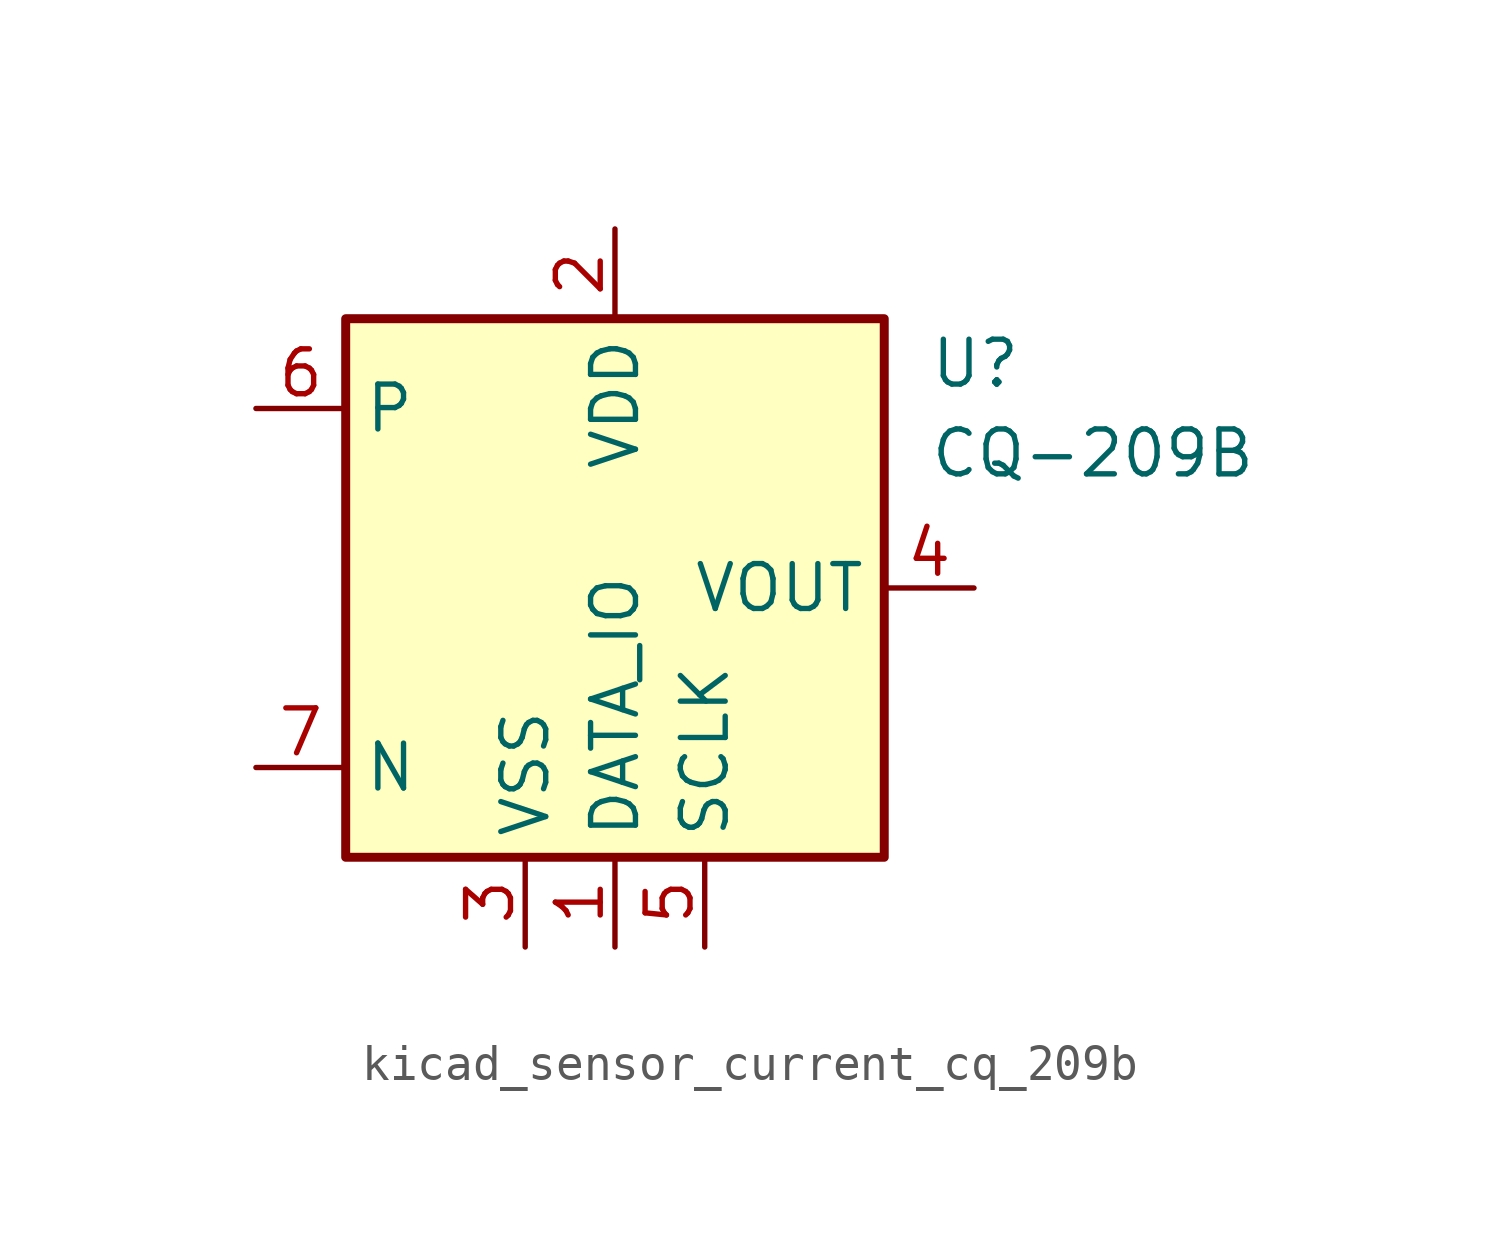
<source format=kicad_sym>
(kicad_symbol_lib
  (version 20220914)
  (generator kicad_symbol_editor)
  (symbol "kicad_sensor_current_cq_209b"
    (property "Reference" "U"
      (at 8.89 6.35 0)
      (effects (font (size 1.27 1.27)) (justify left)))
    (property "Value" "CQ-209B"
      (at 8.89 3.81 0)
      (effects (font (size 1.27 1.27)) (justify left)))
    (symbol "kicad_sensor_current_cq_209b_0_1"
      (rectangle (start -7.62 7.62) (end 7.62 -7.62) (stroke (width 0.254) (type default)) (fill (type background))))
    (symbol "kicad_sensor_current_cq_209b_1_1"
      (pin power_in line (at 0 -10.16 90) (length 2.54) (name "DATA_IO" (effects (font (size 1.27 1.27)))) (number "1" (effects (font (size 1.27 1.27)))))
      (pin power_in line (at 0 10.16 270) (length 2.54) (name "VDD" (effects (font (size 1.27 1.27)))) (number "2" (effects (font (size 1.27 1.27)))))
      (pin power_in line (at -2.54 -10.16 90) (length 2.54) (name "VSS" (effects (font (size 1.27 1.27)))) (number "3" (effects (font (size 1.27 1.27)))))
      (pin output line (at 10.16 0 180) (length 2.54) (name "VOUT" (effects (font (size 1.27 1.27)))) (number "4" (effects (font (size 1.27 1.27)))))
      (pin power_in line (at 2.54 -10.16 90) (length 2.54) (name "SCLK" (effects (font (size 1.27 1.27)))) (number "5" (effects (font (size 1.27 1.27)))))
      (pin passive line (at -10.16 5.08 0) (length 2.54) (name "P" (effects (font (size 1.27 1.27)))) (number "6" (effects (font (size 1.27 1.27)))))
      (pin passive line (at -10.16 -5.08 0) (length 2.54) (name "N" (effects (font (size 1.27 1.27)))) (number "7" (effects (font (size 1.27 1.27))))))))
</source>
